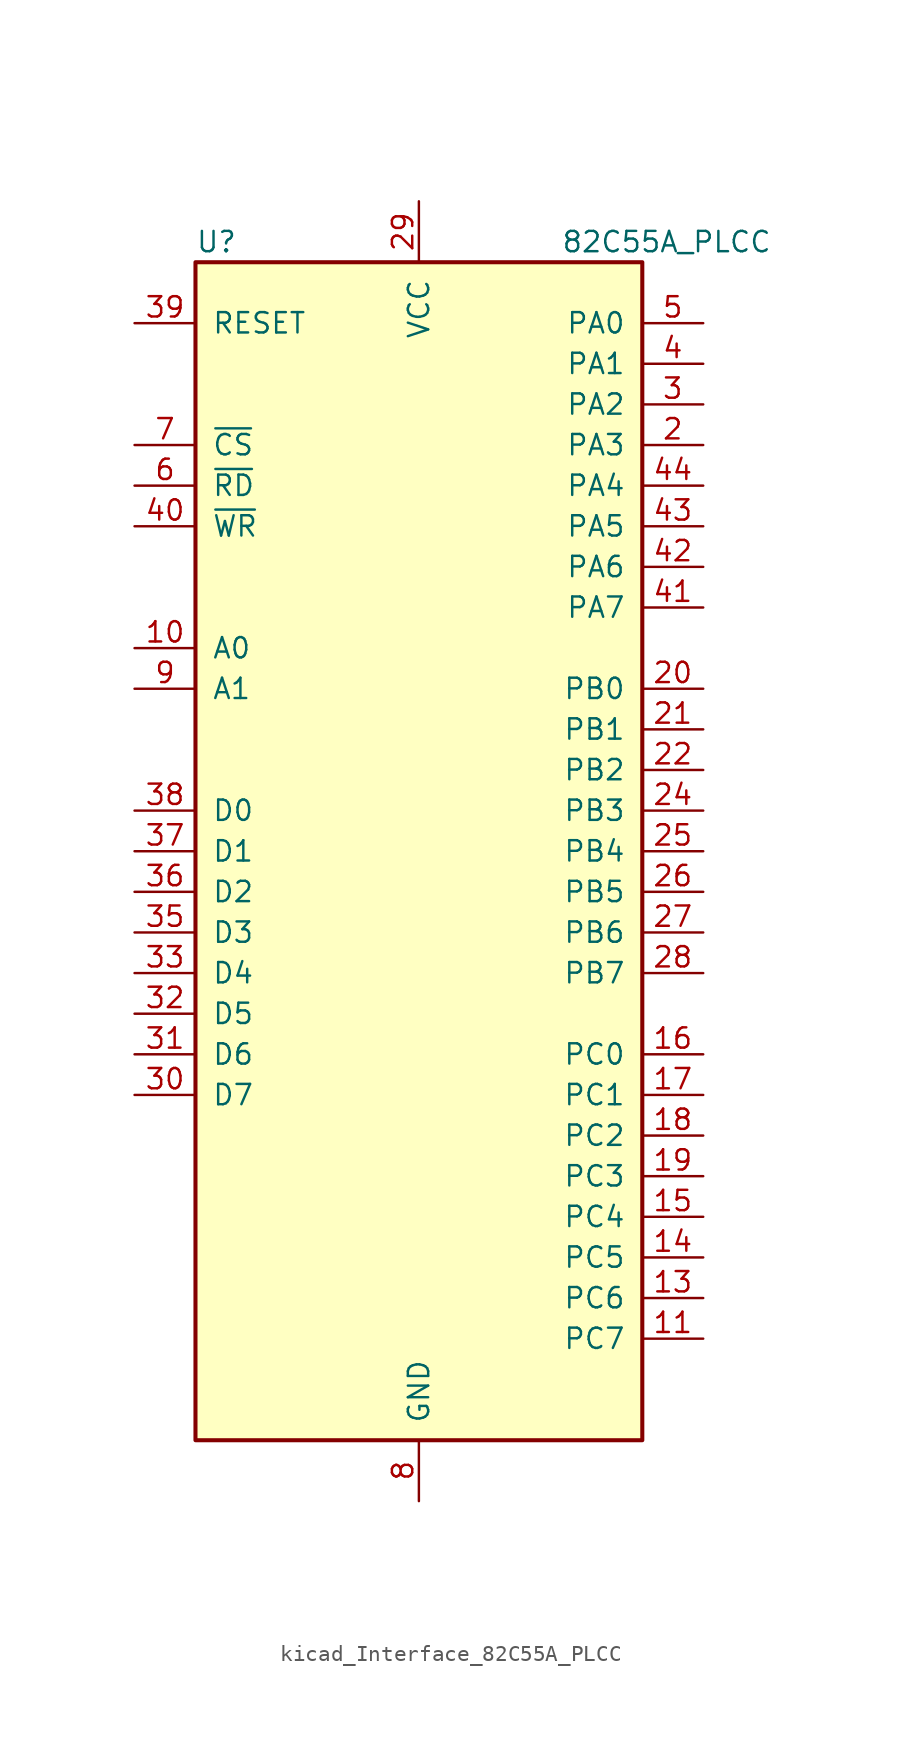
<source format=kicad_sym>
(kicad_symbol_lib
  (version 20220914)
  (generator kicad_symbol_editor)
  (symbol "kicad_Interface_82C55A_PLCC"
    (pin_names
      (offset 1.016))
    (property "Reference" "U"
      (at -13.97 38.1 0)
      (effects (font (size 1.27 1.27)) (justify left)))
    (property "Value" "82C55A_PLCC"
      (at 8.89 38.1 0)
      (effects (font (size 1.27 1.27)) (justify left)))
    (symbol "kicad_Interface_82C55A_PLCC_1_1"
      (rectangle (start -13.97 -36.83) (end 13.97 36.83) (stroke (width 0.254) (type default)) (fill (type background)))
      (pin no_connect line (at -13.97 -22.86 0) (length 5.08) hide (name "NC" (effects (font (size 1.27 1.27)))) (number "1" (effects (font (size 1.27 1.27)))))
      (pin input line (at -17.78 12.7 0) (length 3.81) (name "A0" (effects (font (size 1.27 1.27)))) (number "10" (effects (font (size 1.27 1.27)))))
      (pin bidirectional line (at 17.78 -30.48 180) (length 3.81) (name "PC7" (effects (font (size 1.27 1.27)))) (number "11" (effects (font (size 1.27 1.27)))))
      (pin no_connect line (at -13.97 -25.4 0) (length 5.08) hide (name "NC" (effects (font (size 1.27 1.27)))) (number "12" (effects (font (size 1.27 1.27)))))
      (pin bidirectional line (at 17.78 -27.94 180) (length 3.81) (name "PC6" (effects (font (size 1.27 1.27)))) (number "13" (effects (font (size 1.27 1.27)))))
      (pin bidirectional line (at 17.78 -25.4 180) (length 3.81) (name "PC5" (effects (font (size 1.27 1.27)))) (number "14" (effects (font (size 1.27 1.27)))))
      (pin bidirectional line (at 17.78 -22.86 180) (length 3.81) (name "PC4" (effects (font (size 1.27 1.27)))) (number "15" (effects (font (size 1.27 1.27)))))
      (pin bidirectional line (at 17.78 -12.7 180) (length 3.81) (name "PC0" (effects (font (size 1.27 1.27)))) (number "16" (effects (font (size 1.27 1.27)))))
      (pin bidirectional line (at 17.78 -15.24 180) (length 3.81) (name "PC1" (effects (font (size 1.27 1.27)))) (number "17" (effects (font (size 1.27 1.27)))))
      (pin bidirectional line (at 17.78 -17.78 180) (length 3.81) (name "PC2" (effects (font (size 1.27 1.27)))) (number "18" (effects (font (size 1.27 1.27)))))
      (pin bidirectional line (at 17.78 -20.32 180) (length 3.81) (name "PC3" (effects (font (size 1.27 1.27)))) (number "19" (effects (font (size 1.27 1.27)))))
      (pin bidirectional line (at 17.78 25.4 180) (length 3.81) (name "PA3" (effects (font (size 1.27 1.27)))) (number "2" (effects (font (size 1.27 1.27)))))
      (pin bidirectional line (at 17.78 10.16 180) (length 3.81) (name "PB0" (effects (font (size 1.27 1.27)))) (number "20" (effects (font (size 1.27 1.27)))))
      (pin bidirectional line (at 17.78 7.62 180) (length 3.81) (name "PB1" (effects (font (size 1.27 1.27)))) (number "21" (effects (font (size 1.27 1.27)))))
      (pin bidirectional line (at 17.78 5.08 180) (length 3.81) (name "PB2" (effects (font (size 1.27 1.27)))) (number "22" (effects (font (size 1.27 1.27)))))
      (pin no_connect line (at -13.97 -27.94 0) (length 5.08) hide (name "NC" (effects (font (size 1.27 1.27)))) (number "23" (effects (font (size 1.27 1.27)))))
      (pin bidirectional line (at 17.78 2.54 180) (length 3.81) (name "PB3" (effects (font (size 1.27 1.27)))) (number "24" (effects (font (size 1.27 1.27)))))
      (pin bidirectional line (at 17.78 0 180) (length 3.81) (name "PB4" (effects (font (size 1.27 1.27)))) (number "25" (effects (font (size 1.27 1.27)))))
      (pin bidirectional line (at 17.78 -2.54 180) (length 3.81) (name "PB5" (effects (font (size 1.27 1.27)))) (number "26" (effects (font (size 1.27 1.27)))))
      (pin bidirectional line (at 17.78 -5.08 180) (length 3.81) (name "PB6" (effects (font (size 1.27 1.27)))) (number "27" (effects (font (size 1.27 1.27)))))
      (pin bidirectional line (at 17.78 -7.62 180) (length 3.81) (name "PB7" (effects (font (size 1.27 1.27)))) (number "28" (effects (font (size 1.27 1.27)))))
      (pin power_in line (at 0 40.64 270) (length 3.81) (name "VCC" (effects (font (size 1.27 1.27)))) (number "29" (effects (font (size 1.27 1.27)))))
      (pin bidirectional line (at 17.78 27.94 180) (length 3.81) (name "PA2" (effects (font (size 1.27 1.27)))) (number "3" (effects (font (size 1.27 1.27)))))
      (pin bidirectional line (at -17.78 -15.24 0) (length 3.81) (name "D7" (effects (font (size 1.27 1.27)))) (number "30" (effects (font (size 1.27 1.27)))))
      (pin bidirectional line (at -17.78 -12.7 0) (length 3.81) (name "D6" (effects (font (size 1.27 1.27)))) (number "31" (effects (font (size 1.27 1.27)))))
      (pin bidirectional line (at -17.78 -10.16 0) (length 3.81) (name "D5" (effects (font (size 1.27 1.27)))) (number "32" (effects (font (size 1.27 1.27)))))
      (pin bidirectional line (at -17.78 -7.62 0) (length 3.81) (name "D4" (effects (font (size 1.27 1.27)))) (number "33" (effects (font (size 1.27 1.27)))))
      (pin no_connect line (at -13.97 -30.48 0) (length 5.08) hide (name "NC" (effects (font (size 1.27 1.27)))) (number "34" (effects (font (size 1.27 1.27)))))
      (pin bidirectional line (at -17.78 -5.08 0) (length 3.81) (name "D3" (effects (font (size 1.27 1.27)))) (number "35" (effects (font (size 1.27 1.27)))))
      (pin bidirectional line (at -17.78 -2.54 0) (length 3.81) (name "D2" (effects (font (size 1.27 1.27)))) (number "36" (effects (font (size 1.27 1.27)))))
      (pin bidirectional line (at -17.78 0 0) (length 3.81) (name "D1" (effects (font (size 1.27 1.27)))) (number "37" (effects (font (size 1.27 1.27)))))
      (pin bidirectional line (at -17.78 2.54 0) (length 3.81) (name "D0" (effects (font (size 1.27 1.27)))) (number "38" (effects (font (size 1.27 1.27)))))
      (pin input line (at -17.78 33.02 0) (length 3.81) (name "RESET" (effects (font (size 1.27 1.27)))) (number "39" (effects (font (size 1.27 1.27)))))
      (pin bidirectional line (at 17.78 30.48 180) (length 3.81) (name "PA1" (effects (font (size 1.27 1.27)))) (number "4" (effects (font (size 1.27 1.27)))))
      (pin input line (at -17.78 20.32 0) (length 3.81) (name "~{WR}" (effects (font (size 1.27 1.27)))) (number "40" (effects (font (size 1.27 1.27)))))
      (pin bidirectional line (at 17.78 15.24 180) (length 3.81) (name "PA7" (effects (font (size 1.27 1.27)))) (number "41" (effects (font (size 1.27 1.27)))))
      (pin bidirectional line (at 17.78 17.78 180) (length 3.81) (name "PA6" (effects (font (size 1.27 1.27)))) (number "42" (effects (font (size 1.27 1.27)))))
      (pin bidirectional line (at 17.78 20.32 180) (length 3.81) (name "PA5" (effects (font (size 1.27 1.27)))) (number "43" (effects (font (size 1.27 1.27)))))
      (pin bidirectional line (at 17.78 22.86 180) (length 3.81) (name "PA4" (effects (font (size 1.27 1.27)))) (number "44" (effects (font (size 1.27 1.27)))))
      (pin bidirectional line (at 17.78 33.02 180) (length 3.81) (name "PA0" (effects (font (size 1.27 1.27)))) (number "5" (effects (font (size 1.27 1.27)))))
      (pin input line (at -17.78 22.86 0) (length 3.81) (name "~{RD}" (effects (font (size 1.27 1.27)))) (number "6" (effects (font (size 1.27 1.27)))))
      (pin input line (at -17.78 25.4 0) (length 3.81) (name "~{CS}" (effects (font (size 1.27 1.27)))) (number "7" (effects (font (size 1.27 1.27)))))
      (pin power_in line (at 0 -40.64 90) (length 3.81) (name "GND" (effects (font (size 1.27 1.27)))) (number "8" (effects (font (size 1.27 1.27)))))
      (pin input line (at -17.78 10.16 0) (length 3.81) (name "A1" (effects (font (size 1.27 1.27)))) (number "9" (effects (font (size 1.27 1.27))))))))
</source>
